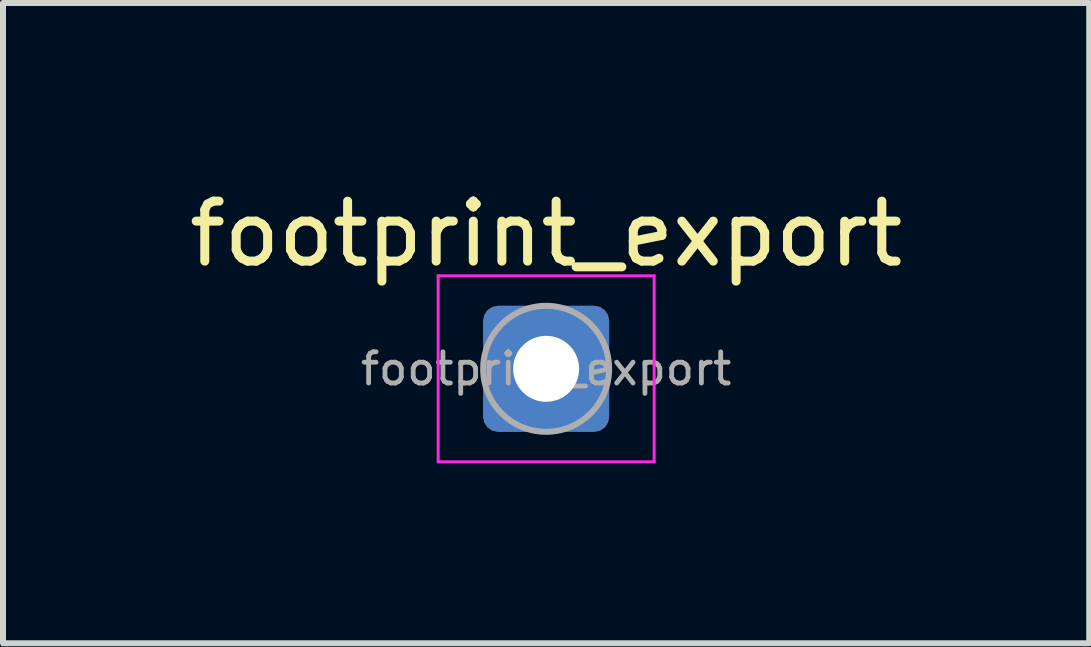
<source format=kicad_pcb>
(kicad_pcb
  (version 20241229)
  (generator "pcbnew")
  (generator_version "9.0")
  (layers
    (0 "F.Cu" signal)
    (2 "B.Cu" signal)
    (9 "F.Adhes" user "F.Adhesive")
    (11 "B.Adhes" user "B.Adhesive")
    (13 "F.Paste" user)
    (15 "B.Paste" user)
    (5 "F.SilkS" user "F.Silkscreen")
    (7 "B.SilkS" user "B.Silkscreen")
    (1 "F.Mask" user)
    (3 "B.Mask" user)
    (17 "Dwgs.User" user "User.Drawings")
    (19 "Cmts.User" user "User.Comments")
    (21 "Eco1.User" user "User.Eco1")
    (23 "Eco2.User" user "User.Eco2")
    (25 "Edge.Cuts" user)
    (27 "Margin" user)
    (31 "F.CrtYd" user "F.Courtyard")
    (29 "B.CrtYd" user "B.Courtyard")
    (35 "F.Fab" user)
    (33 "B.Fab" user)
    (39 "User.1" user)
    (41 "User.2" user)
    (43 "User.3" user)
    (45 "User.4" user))
  (footprint "footprint_export"
    (layer "F.Cu")
    (at 6.054 3.098)
    (property "Reference" "footprint_export" (at 0 -2.25 0) (layer "F.SilkS") (effects (font (size 1 1) (thickness 0.15))))
    (attr exclude_from_pos_files exclude_from_bom)
    (fp_line (start -1.8 -1.55) (end -1.8 1.55) (stroke (width 0.05) (type solid)) (layer "F.CrtYd"))
    (fp_line (start -1.8 1.55) (end 1.8 1.55) (stroke (width 0.05) (type solid)) (layer "F.CrtYd"))
    (fp_line (start 1.8 -1.55) (end -1.8 -1.55) (stroke (width 0.05) (type solid)) (layer "F.CrtYd"))
    (fp_line (start 1.8 1.55) (end 1.8 -1.55) (stroke (width 0.05) (type solid)) (layer "F.CrtYd"))
    (fp_circle (center 0 0) (end 1.05 0) (stroke (width 0.1) (type solid)) (fill no) (layer "F.Fab"))
    (fp_text user "${REFERENCE}" (at 0 0 0) (layer "F.Fab") (effects (font (size 0.52 0.52) (thickness 0.08))))
    (pad "1" thru_hole roundrect (at 0 0) (size 2.1 2.1) (drill 1.1) (layers "*.Cu" "*.Mask") (roundrect_rratio 0.119)))
  (gr_rect
    (start -3 -3)
    (end 15.107 7.673)
    (stroke (width 0.1) (type default))
    (fill no)
    (layer "Edge.Cuts")))
</source>
